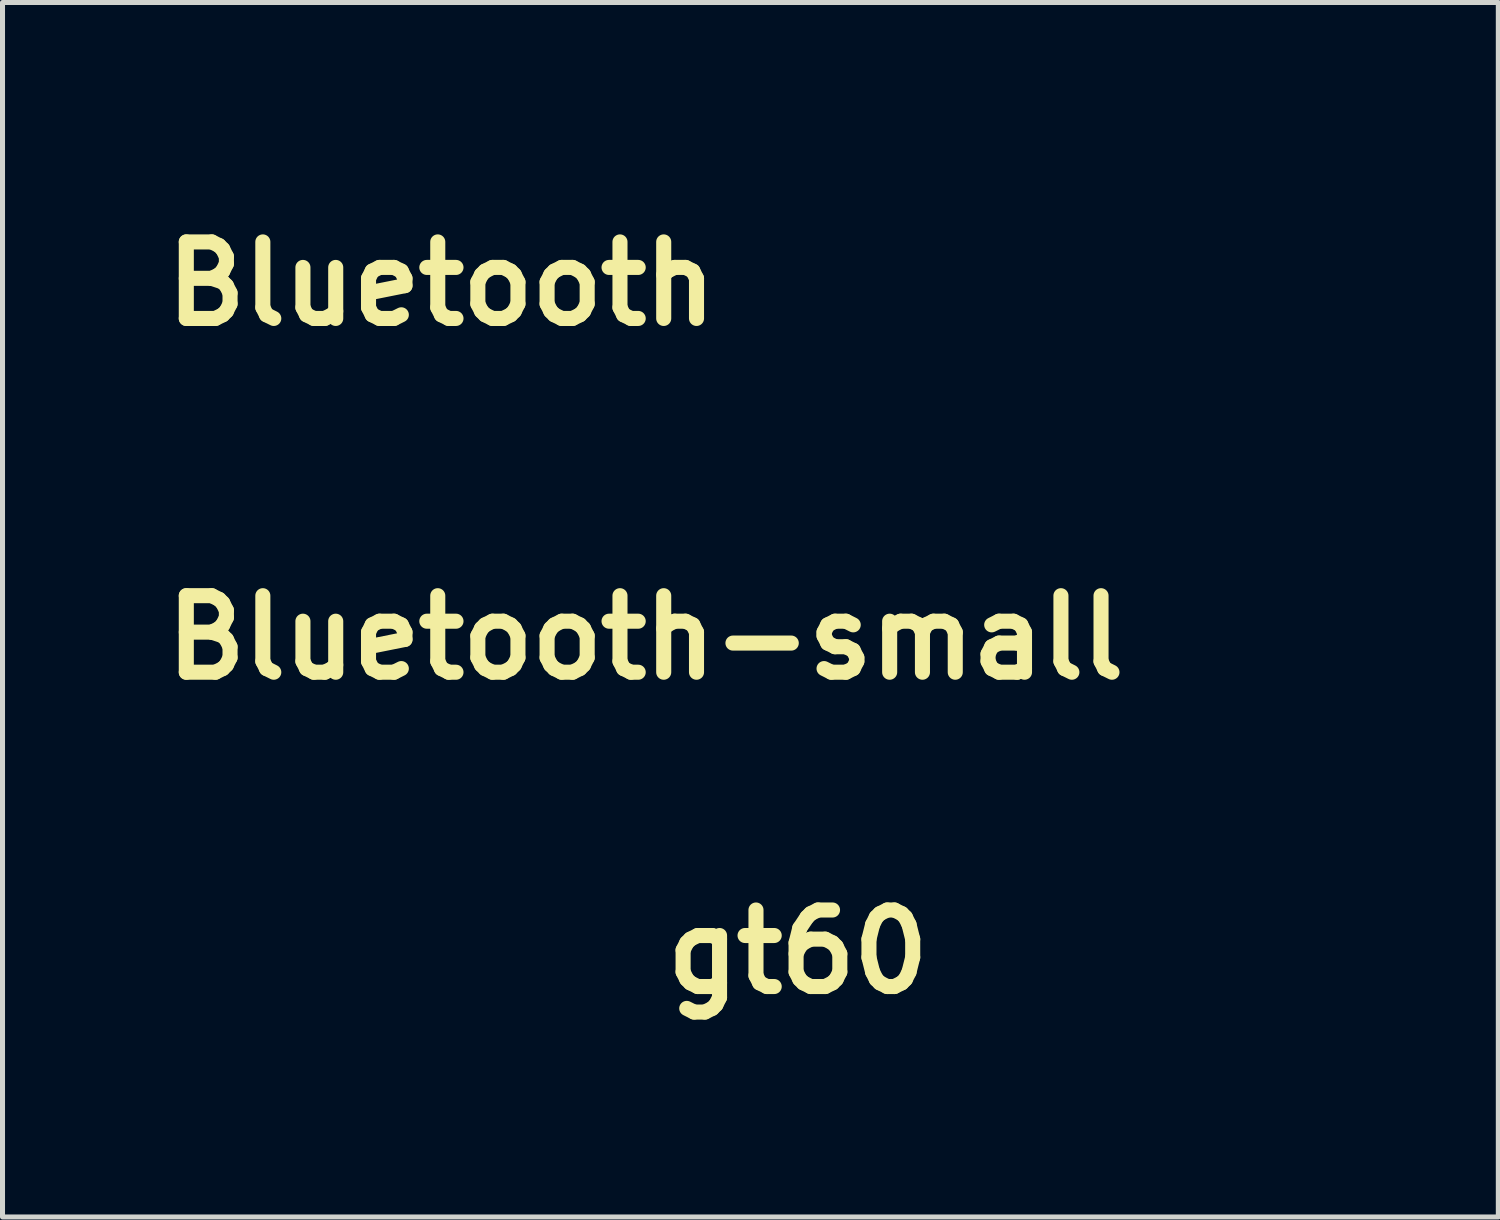
<source format=kicad_pcb>
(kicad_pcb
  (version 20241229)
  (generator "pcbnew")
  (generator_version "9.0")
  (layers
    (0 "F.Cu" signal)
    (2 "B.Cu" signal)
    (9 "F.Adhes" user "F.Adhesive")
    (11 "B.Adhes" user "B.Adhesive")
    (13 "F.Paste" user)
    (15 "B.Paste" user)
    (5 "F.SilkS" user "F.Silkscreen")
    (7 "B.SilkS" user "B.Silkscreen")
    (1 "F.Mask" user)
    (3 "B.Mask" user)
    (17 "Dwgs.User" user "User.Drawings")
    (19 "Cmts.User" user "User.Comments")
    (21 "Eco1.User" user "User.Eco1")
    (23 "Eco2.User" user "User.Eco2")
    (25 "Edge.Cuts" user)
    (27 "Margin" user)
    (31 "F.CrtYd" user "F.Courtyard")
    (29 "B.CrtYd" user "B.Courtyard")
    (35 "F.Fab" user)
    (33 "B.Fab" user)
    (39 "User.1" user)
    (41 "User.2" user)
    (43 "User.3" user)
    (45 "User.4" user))
  (footprint "Bluetooth"
    (layer "F.Cu")
    (at 5.74 2.602)
    (property "Reference" "Bluetooth" (at 0 0 0) (layer "F.SilkS") (effects (font (size 1.524 1.524) (thickness 0.3))))
    (attr through_hole)
    (fp_poly (pts (xy -0.02 -1.975) (xy 0.153 -1.823) (xy 0.386 -1.601) (xy 0.553 -1.435) (xy 1.143 -0.839) (xy 0.712 -0.426) (xy 0.281 -0.014) (xy 0.711 0.417) (xy 1.141 0.847) (xy -0.169 2.158) (xy -0.169 0.847) (xy 0.169 0.847) (xy 0.178 1.084) (xy 0.221 1.168) (xy 0.321 1.113) (xy 0.43 1.009) (xy 0.547 0.875) (xy 0.545 0.778) (xy 0.459 0.67) (xy 0.305 0.533) (xy 0.213 0.545) (xy 0.173 0.712) (xy 0.169 0.847) (xy -0.169 0.847) (xy -0.169 0.474) (xy -0.504 0.801) (xy -0.705 0.985) (xy -0.834 1.061) (xy -0.931 1.047) (xy -0.974 1.015) (xy -1.031 0.945) (xy -1.018 0.857) (xy -0.919 0.721) (xy -0.716 0.505) (xy -0.663 0.452) (xy -0.217 0) (xy -0.659 -0.447) (xy -0.872 -0.67) (xy -1.029 -0.845) (xy -1.099 -0.941) (xy -1.101 -0.946) (xy -1.033 -1.016) (xy -0.959 -1.052) (xy -0.799 -1.029) (xy -0.568 -0.86) (xy -0.493 -0.79) (xy -0.169 -0.474) (xy -0.169 -0.847) (xy 0.169 -0.847) (xy 0.189 -0.604) (xy 0.254 -0.52) (xy 0.378 -0.589) (xy 0.466 -0.677) (xy 0.569 -0.81) (xy 0.553 -0.911) (xy 0.466 -1.016) (xy 0.308 -1.158) (xy 0.215 -1.151) (xy 0.174 -0.988) (xy 0.169 -0.847) (xy -0.169 -0.847) (xy -0.169 -1.253) (xy -0.163 -1.592) (xy -0.145 -1.857) (xy -0.119 -2.01) (xy -0.104 -2.032) (xy -0.02 -1.975)) (stroke (width 0.01) (type solid)) (fill yes) (layer "F.Mask"))
    (fp_poly (pts (xy 0.255 -2.541) (xy 0.36 -2.5) (xy 0.81 -2.273) (xy 1.155 -1.977) (xy 1.439 -1.57) (xy 1.54 -1.377) (xy 1.674 -1.091) (xy 1.756 -0.858) (xy 1.8 -0.617) (xy 1.817 -0.311) (xy 1.818 -0.002) (xy 1.785 0.599) (xy 1.678 1.093) (xy 1.481 1.535) (xy 1.226 1.915) (xy 1.048 2.085) (xy 0.782 2.272) (xy 0.482 2.444) (xy 0.202 2.57) (xy -0.006 2.622) (xy -0.016 2.622) (xy -0.149 2.585) (xy -0.376 2.493) (xy -0.572 2.403) (xy -0.951 2.172) (xy -1.254 1.866) (xy -1.516 1.448) (xy -1.625 1.223) (xy -1.723 0.972) (xy -1.782 0.71) (xy -1.811 0.381) (xy -1.818 -0.002) (xy -1.816 -0.253) (xy -1.549 -0.253) (xy -1.539 0.35) (xy -1.415 0.931) (xy -1.177 1.455) (xy -0.887 1.827) (xy -0.658 2.029) (xy -0.444 2.177) (xy -0.327 2.228) (xy 0.053 2.24) (xy 0.444 2.149) (xy 0.692 2.021) (xy 1.069 1.651) (xy 1.341 1.159) (xy 1.502 0.563) (xy 1.545 0.042) (xy 1.49 -0.647) (xy 1.308 -1.229) (xy 0.995 -1.712) (xy 0.894 -1.82) (xy 0.505 -2.122) (xy 0.112 -2.255) (xy -0.281 -2.219) (xy -0.672 -2.013) (xy -0.894 -1.82) (xy -1.226 -1.374) (xy -1.445 -0.839) (xy -1.549 -0.253) (xy -1.816 -0.253) (xy -1.814 -0.396) (xy -1.792 -0.681) (xy -1.74 -0.914) (xy -1.646 -1.155) (xy -1.54 -1.377) (xy -1.268 -1.838) (xy -0.951 -2.171) (xy -0.546 -2.419) (xy -0.36 -2.5) (xy -0.122 -2.584) (xy 0.052 -2.597) (xy 0.255 -2.541)) (stroke (width 0.01) (type solid)) (fill yes) (layer "F.Mask")))
  (footprint "Bluetooth-small"
    (layer "F.Cu")
    (at 9.804 9.647)
    (property "Reference" "Bluetooth-small" (at 0 0 0) (layer "F.SilkS") (effects (font (size 1.524 1.524) (thickness 0.3))))
    (attr through_hole)
    (fp_poly (pts (xy 0.217 -1.245) (xy 0.275 -1.212) (xy 0.528 -0.99) (xy 0.744 -0.662) (xy 0.888 -0.293) (xy 0.929 -0.003) (xy 0.866 0.386) (xy 0.701 0.764) (xy 0.467 1.07) (xy 0.322 1.183) (xy 0.133 1.293) (xy 0.013 1.351) (xy 0 1.354) (xy -0.093 1.314) (xy -0.27 1.215) (xy -0.322 1.183) (xy -0.581 0.942) (xy -0.787 0.595) (xy -0.91 0.204) (xy -0.916 0.143) (xy -0.761 0.143) (xy -0.69 0.515) (xy -0.681 0.541) (xy -0.497 0.85) (xy -0.24 1.046) (xy 0 1.101) (xy 0.255 1.04) (xy 0.427 0.928) (xy 0.637 0.632) (xy 0.747 0.29) (xy 0.767 -0.068) (xy 0.705 -0.413) (xy 0.572 -0.716) (xy 0.378 -0.946) (xy 0.132 -1.076) (xy -0.157 -1.074) (xy -0.223 -1.054) (xy -0.455 -0.888) (xy -0.631 -0.603) (xy -0.737 -0.245) (xy -0.761 0.143) (xy -0.916 0.143) (xy -0.929 -0.003) (xy -0.87 -0.357) (xy -0.71 -0.724) (xy -0.485 -1.038) (xy -0.275 -1.212) (xy -0.085 -1.311) (xy 0.05 -1.322) (xy 0.217 -1.245)) (stroke (width 0.01) (type solid)) (fill yes) (layer "F.Mask"))
    (fp_poly (pts (xy 0.229 -0.742) (xy 0.542 -0.428) (xy 0.341 -0.214) (xy 0.14 0) (xy 0.542 0.428) (xy 0.229 0.742) (xy -0.085 1.056) (xy -0.085 0.642) (xy -0.088 0.423) (xy 0.085 0.423) (xy 0.102 0.558) (xy 0.166 0.544) (xy 0.186 0.525) (xy 0.244 0.41) (xy 0.186 0.322) (xy 0.11 0.28) (xy 0.085 0.383) (xy 0.085 0.423) (xy -0.088 0.423) (xy -0.088 0.398) (xy -0.11 0.296) (xy -0.17 0.309) (xy -0.255 0.381) (xy -0.411 0.486) (xy -0.479 0.467) (xy -0.447 0.352) (xy -0.338 0.211) (xy -0.14 0) (xy -0.338 -0.211) (xy -0.462 -0.382) (xy -0.473 -0.479) (xy -0.386 -0.476) (xy -0.255 -0.381) (xy -0.153 -0.298) (xy -0.103 -0.307) (xy -0.088 -0.423) (xy 0.085 -0.423) (xy 0.102 -0.289) (xy 0.166 -0.302) (xy 0.186 -0.322) (xy 0.244 -0.437) (xy 0.186 -0.525) (xy 0.11 -0.567) (xy 0.085 -0.464) (xy 0.085 -0.423) (xy -0.088 -0.423) (xy -0.086 -0.436) (xy -0.085 -0.642) (xy -0.085 -1.056) (xy 0.229 -0.742)) (stroke (width 0.01) (type solid)) (fill yes) (layer "F.Mask")))
  (footprint "gt60"
    (layer "F.Cu")
    (at 12.839 15.906)
    (property "Reference" "gt60" (at 0 0 0) (layer "F.SilkS") (effects (font (size 1.524 1.524) (thickness 0.3))))
    (attr through_hole)
    (fp_poly (pts (xy 9.893 0.134) (xy 9.759 0.267) (xy 9.625 0.134) (xy 9.759 0) (xy 9.893 0.134)) (stroke (width 0.01) (type solid)) (fill yes) (layer "F.Mask"))
    (fp_poly (pts (xy 3.915 -0.776) (xy 3.928 -0.73) (xy 3.968 -0.148) (xy 3.919 0.072) (xy 3.831 0.081) (xy 3.795 -0.338) (xy 3.795 -0.401) (xy 3.834 -0.816) (xy 3.915 -0.776)) (stroke (width 0.01) (type solid)) (fill yes) (layer "F.Mask"))
    (fp_poly (pts (xy 9.882 -0.608) (xy 9.893 -0.535) (xy 9.801 -0.274) (xy 9.775 -0.267) (xy 9.546 -0.455) (xy 9.492 -0.535) (xy 9.513 -0.781) (xy 9.609 -0.802) (xy 9.882 -0.608)) (stroke (width 0.01) (type solid)) (fill yes) (layer "F.Mask"))
    (fp_poly (pts (xy 2.851 1.004) (xy 3.084 1.241) (xy 3.176 1.223) (xy 3.349 1.338) (xy 3.4 1.578) (xy 3.255 1.974) (xy 3.055 2.05) (xy 2.759 1.817) (xy 2.695 1.359) (xy 2.751 0.967) (xy 2.851 1.004)) (stroke (width 0.01) (type solid)) (fill yes) (layer "F.Mask"))
    (fp_poly (pts (xy 4.426 -0.65) (xy 4.528 -0.401) (xy 4.741 0.134) (xy 4.879 -0.401) (xy 4.986 -0.747) (xy 5.033 -0.588) (xy 5.049 -0.334) (xy 4.925 0.158) (xy 4.679 0.267) (xy 4.359 0.041) (xy 4.297 -0.334) (xy 4.327 -0.749) (xy 4.426 -0.65)) (stroke (width 0.01) (type solid)) (fill yes) (layer "F.Mask"))
    (fp_poly (pts (xy 10.561 -0.899) (xy 10.877 -0.539) (xy 10.943 -0.172) (xy 10.913 0.231) (xy 10.813 0.114) (xy 10.712 -0.134) (xy 10.499 -0.668) (xy 10.361 -0.134) (xy 10.259 0.145) (xy 10.206 -0.071) (xy 10.191 -0.326) (xy 10.243 -0.838) (xy 10.499 -0.92) (xy 10.561 -0.899)) (stroke (width 0.01) (type solid)) (fill yes) (layer "F.Mask"))
    (fp_poly (pts (xy 8.349 1.179) (xy 8.682 1.423) (xy 8.773 1.813) (xy 8.596 2.105) (xy 8.442 2.139) (xy 8.074 1.992) (xy 8.021 1.856) (xy 8.185 1.696) (xy 8.288 1.738) (xy 8.535 1.729) (xy 8.556 1.642) (xy 8.354 1.291) (xy 8.282 1.245) (xy 8.221 1.162) (xy 8.349 1.179)) (stroke (width 0.01) (type solid)) (fill yes) (layer "F.Mask"))
    (fp_poly (pts (xy 4.345 1.185) (xy 4.905 1.282) (xy 5.147 1.317) (xy 5.331 1.539) (xy 5.298 1.955) (xy 5.08 2.273) (xy 4.869 2.192) (xy 4.813 1.896) (xy 4.688 1.501) (xy 4.413 1.507) (xy 4.155 1.778) (xy 4.187 1.941) (xy 4.19 2.094) (xy 4.052 2.031) (xy 3.736 1.642) (xy 3.838 1.29) (xy 4.287 1.176) (xy 4.345 1.185)) (stroke (width 0.01) (type solid)) (fill yes) (layer "F.Mask"))
    (fp_poly (pts (xy 9.076 -0.45) (xy 9.091 -0.29) (xy 8.921 0.17) (xy 8.67 0.267) (xy 8.349 0.067) (xy 8.336 -0.178) (xy 8.38 -0.267) (xy 8.556 -0.267) (xy 8.654 -0.047) (xy 8.734 -0.089) (xy 8.766 -0.406) (xy 8.734 -0.446) (xy 8.575 -0.409) (xy 8.556 -0.267) (xy 8.38 -0.267) (xy 8.559 -0.624) (xy 8.868 -0.724) (xy 9.076 -0.45)) (stroke (width 0.01) (type solid)) (fill yes) (layer "F.Mask"))
    (fp_poly (pts (xy 3.075 -0.802) (xy 3.414 -0.347) (xy 3.476 -0.101) (xy 3.261 0.225) (xy 3.075 0.267) (xy 2.753 0.033) (xy 2.702 -0.267) (xy 2.941 -0.267) (xy 3.039 -0.047) (xy 3.119 -0.089) (xy 3.151 -0.406) (xy 3.119 -0.446) (xy 2.96 -0.409) (xy 2.941 -0.267) (xy 2.702 -0.267) (xy 2.674 -0.434) (xy 2.719 -0.904) (xy 2.912 -0.923) (xy 3.075 -0.802)) (stroke (width 0.01) (type solid)) (fill yes) (layer "F.Mask"))
    (fp_poly (pts (xy -7.687 -1.817) (xy -6.779 -1.721) (xy -6.225 -1.56) (xy -6.073 -1.374) (xy -6.372 -1.202) (xy -6.834 -1.116) (xy -7.231 -1.034) (xy -7.429 -0.825) (xy -7.481 -0.35) (xy -7.444 0.463) (xy -7.437 1.462) (xy -7.575 1.981) (xy -7.687 2.07) (xy -7.884 1.973) (xy -7.991 1.471) (xy -8.021 0.557) (xy -8.035 -0.34) (xy -8.11 -0.827) (xy -8.298 -1.028) (xy -8.65 -1.069) (xy -8.689 -1.069) (xy -9.232 -1.212) (xy -9.358 -1.483) (xy -9.263 -1.711) (xy -8.905 -1.821) (xy -8.174 -1.836) (xy -7.687 -1.817)) (stroke (width 0.01) (type solid)) (fill yes) (layer "F.Mask"))
    (fp_poly (pts (xy 10.689 1.246) (xy 10.695 1.461) (xy 10.532 1.989) (xy 10.169 2.142) (xy 9.796 1.875) (xy 9.704 1.691) (xy 9.657 1.604) (xy 9.893 1.604) (xy 10.096 1.864) (xy 10.16 1.872) (xy 10.42 1.668) (xy 10.427 1.604) (xy 10.224 1.345) (xy 10.16 1.337) (xy 9.9 1.54) (xy 9.893 1.604) (xy 9.657 1.604) (xy 9.548 1.403) (xy 9.396 1.596) (xy 9.33 1.757) (xy 9.178 2.082) (xy 9.121 1.916) (xy 9.109 1.649) (xy 9.207 1.192) (xy 9.425 1.145) (xy 9.926 1.133) (xy 10.227 1.024) (xy 10.572 0.936) (xy 10.689 1.246)) (stroke (width 0.01) (type solid)) (fill yes) (layer "F.Mask"))
    (fp_poly (pts (xy -0.867 -1.774) (xy -0.385 -1.492) (xy -0.038 -0.958) (xy 0.13 -0.133) (xy 0.108 0.764) (xy -0.114 1.517) (xy -0.233 1.697) (xy -0.855 2.076) (xy -1.617 2.074) (xy -2.254 1.719) (xy -2.591 1.056) (xy -2.66 0.281) (xy -2.135 0.281) (xy -1.993 0.959) (xy -1.644 1.463) (xy -1.316 1.604) (xy -1.013 1.424) (xy -0.817 1.221) (xy -0.582 0.647) (xy -0.58 -0.06) (xy -0.779 -0.686) (xy -1.143 -1.02) (xy -1.171 -1.027) (xy -1.733 -0.913) (xy -2.062 -0.35) (xy -2.135 0.281) (xy -2.66 0.281) (xy -2.67 0.163) (xy -2.5 -0.728) (xy -2.139 -1.337) (xy -1.491 -1.8) (xy -0.867 -1.774)) (stroke (width 0.01) (type solid)) (fill yes) (layer "F.Mask"))
    (fp_poly (pts (xy -3.943 -1.429) (xy -4.261 -0.954) (xy -4.304 -0.908) (xy -4.906 -0.267) (xy -4.2 -0.267) (xy -3.494 -0.053) (xy -3.117 0.507) (xy -3.144 1.287) (xy -3.188 1.416) (xy -3.676 2.048) (xy -4.415 2.259) (xy -4.813 2.189) (xy -5.335 1.844) (xy -5.576 1.175) (xy -5.591 0.936) (xy -5.038 0.936) (xy -4.857 1.375) (xy -4.437 1.564) (xy -4.349 1.554) (xy -3.902 1.246) (xy -3.793 0.999) (xy -3.916 0.549) (xy -4.328 0.319) (xy -4.797 0.422) (xy -4.866 0.481) (xy -5.038 0.936) (xy -5.591 0.936) (xy -5.611 0.622) (xy -5.478 -0.02) (xy -5.143 -0.714) (xy -4.706 -1.318) (xy -4.268 -1.689) (xy -3.966 -1.71) (xy -3.943 -1.429)) (stroke (width 0.01) (type solid)) (fill yes) (layer "F.Mask"))
    (fp_poly (pts (xy 6.16 1.076) (xy 6.71 1.203) (xy 7.176 1.156) (xy 7.635 1.112) (xy 7.73 1.371) (xy 7.712 1.489) (xy 7.407 1.876) (xy 6.822 2.066) (xy 6.171 2.048) (xy 5.668 1.813) (xy 5.543 1.604) (xy 5.882 1.604) (xy 6.086 1.864) (xy 6.149 1.872) (xy 6.409 1.668) (xy 6.417 1.604) (xy 6.336 1.501) (xy 7.043 1.501) (xy 7.085 1.604) (xy 7.326 1.859) (xy 7.368 1.872) (xy 7.483 1.665) (xy 7.486 1.604) (xy 7.281 1.347) (xy 7.203 1.337) (xy 7.043 1.501) (xy 6.336 1.501) (xy 6.213 1.345) (xy 6.149 1.337) (xy 5.89 1.54) (xy 5.882 1.604) (xy 5.543 1.604) (xy 5.533 1.588) (xy 5.525 1.057) (xy 5.84 0.935) (xy 6.16 1.076)) (stroke (width 0.01) (type solid)) (fill yes) (layer "F.Mask"))
    (fp_poly (pts (xy -10.427 -1.604) (xy -9.956 -1.24) (xy -9.983 -0.989) (xy -10.472 -0.94) (xy -10.684 -0.974) (xy -11.231 -1.02) (xy -11.583 -0.797) (xy -11.925 -0.189) (xy -12.178 0.526) (xy -12.232 1.098) (xy -12.212 1.179) (xy -11.836 1.535) (xy -11.259 1.564) (xy -10.748 1.283) (xy -10.443 0.828) (xy -10.604 0.603) (xy -11.079 0.64) (xy -11.613 0.671) (xy -11.902 0.519) (xy -11.834 0.286) (xy -11.607 0.162) (xy -11.032 0.041) (xy -10.406 0) (xy -9.816 0.099) (xy -9.634 0.436) (xy -9.634 0.468) (xy -9.887 1.237) (xy -10.505 1.842) (xy -11.322 2.175) (xy -12.173 2.134) (xy -12.232 2.113) (xy -12.647 1.837) (xy -12.815 1.313) (xy -12.834 0.87) (xy -12.668 -0.152) (xy -12.231 -0.99) (xy -11.616 -1.55) (xy -10.913 -1.739) (xy -10.427 -1.604)) (stroke (width 0.01) (type solid)) (fill yes) (layer "F.Mask"))
    (fp_poly (pts (xy 6.788 -0.869) (xy 7.32 -0.691) (xy 7.486 -0.675) (xy 7.862 -0.534) (xy 7.871 -0.236) (xy 7.575 0.056) (xy 7.152 0.179) (xy 6.565 0.106) (xy 6.417 -0.141) (xy 6.327 -0.267) (xy 6.684 -0.267) (xy 6.782 -0.047) (xy 6.862 -0.089) (xy 6.88 -0.267) (xy 7.219 -0.267) (xy 7.422 -0.008) (xy 7.486 0) (xy 7.746 -0.203) (xy 7.754 -0.267) (xy 7.55 -0.527) (xy 7.486 -0.535) (xy 7.227 -0.331) (xy 7.219 -0.267) (xy 6.88 -0.267) (xy 6.894 -0.406) (xy 6.862 -0.446) (xy 6.704 -0.409) (xy 6.684 -0.267) (xy 6.327 -0.267) (xy 6.235 -0.396) (xy 6.017 -0.365) (xy 5.746 -0.113) (xy 5.766 0.028) (xy 5.712 0.25) (xy 5.611 0.267) (xy 5.399 0.056) (xy 5.398 -0.201) (xy 5.621 -0.598) (xy 5.797 -0.668) (xy 6.246 -0.818) (xy 6.298 -0.862) (xy 6.664 -0.924) (xy 6.788 -0.869)) (stroke (width 0.01) (type solid)) (fill yes) (layer "F.Mask")))
  (gr_rect
    (start -3 -3)
    (end 26.787 21.184)
    (stroke (width 0.1) (type default))
    (fill no)
    (layer "Edge.Cuts")))
</source>
